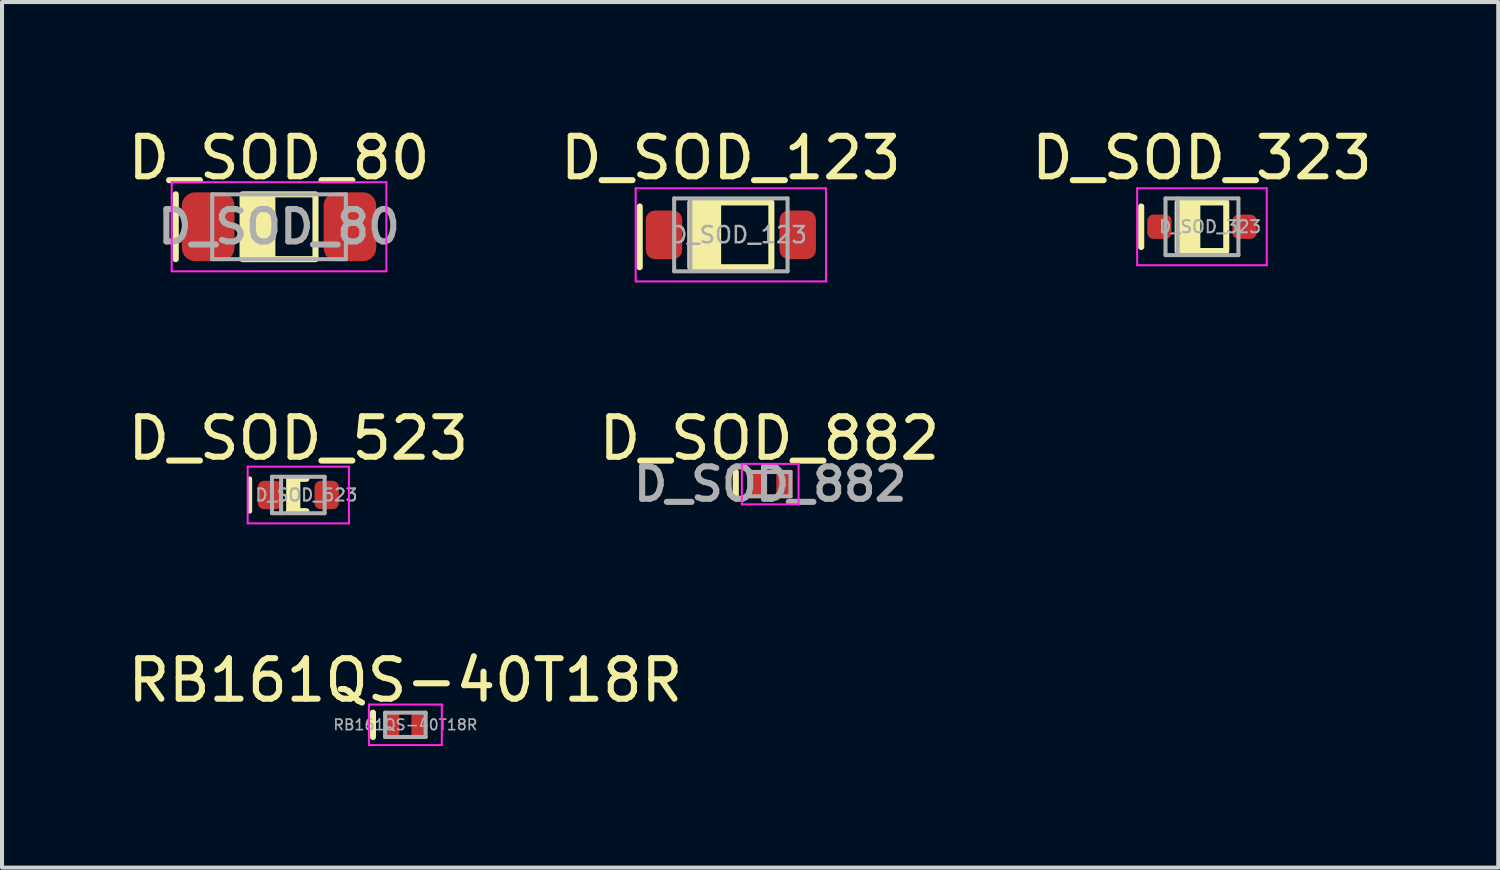
<source format=kicad_pcb>
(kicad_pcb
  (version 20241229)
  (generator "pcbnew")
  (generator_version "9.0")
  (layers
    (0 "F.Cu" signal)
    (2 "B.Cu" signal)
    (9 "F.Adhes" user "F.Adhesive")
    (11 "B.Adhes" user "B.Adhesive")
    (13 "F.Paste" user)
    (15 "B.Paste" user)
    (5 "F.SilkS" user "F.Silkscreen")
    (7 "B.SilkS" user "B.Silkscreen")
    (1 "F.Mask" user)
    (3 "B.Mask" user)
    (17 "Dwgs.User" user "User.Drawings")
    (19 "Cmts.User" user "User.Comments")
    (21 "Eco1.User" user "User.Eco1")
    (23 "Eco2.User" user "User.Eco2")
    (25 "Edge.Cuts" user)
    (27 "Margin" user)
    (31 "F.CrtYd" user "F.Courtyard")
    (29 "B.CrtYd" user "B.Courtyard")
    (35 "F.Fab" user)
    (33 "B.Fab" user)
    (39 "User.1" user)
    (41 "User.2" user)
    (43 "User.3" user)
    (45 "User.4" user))
  (footprint "D_SOD_882"
    (layer "F.Cu")
    (at 15.966 8.902)
    (property "Reference" "D_SOD_882" (at -0.02 -1.13 0) (unlocked yes) (layer "F.SilkS") (effects (font (size 1 1) (thickness 0.15))))
    (attr smd)
    (fp_line (start -0.85 -0.3) (end -0.85 0.3) (stroke (width 0.15) (type solid)) (layer "F.SilkS"))
    (fp_line (start -0.7 -0.5) (end 0.7 -0.5) (stroke (width 0.05) (type solid)) (layer "F.CrtYd"))
    (fp_line (start -0.7 0.5) (end -0.7 -0.5) (stroke (width 0.05) (type solid)) (layer "F.CrtYd"))
    (fp_line (start -0.7 0.5) (end 0.7 0.5) (stroke (width 0.05) (type solid)) (layer "F.CrtYd"))
    (fp_line (start 0.7 0.5) (end 0.7 -0.5) (stroke (width 0.05) (type solid)) (layer "F.CrtYd"))
    (fp_line (start -0.5 -0.3) (end 0.5 -0.3) (stroke (width 0.1) (type solid)) (layer "F.Fab"))
    (fp_line (start -0.5 0.3) (end -0.5 -0.3) (stroke (width 0.1) (type solid)) (layer "F.Fab"))
    (fp_line (start -0.5 0.3) (end 0.5 0.3) (stroke (width 0.1) (type solid)) (layer "F.Fab"))
    (fp_line (start 0.5 0.3) (end 0.5 -0.3) (stroke (width 0.1) (type solid)) (layer "F.Fab"))
    (fp_text user "${REFERENCE}" (at 0 0 0) (layer "F.Fab") (effects (font (size 0.8 0.8) (thickness 0.15))))
    (pad "1" smd rect (at -0.35 0) (size 0.4 0.7) (layers "F.Cu" "F.Mask" "F.Paste"))
    (pad "2" smd rect (at 0.35 0) (size 0.4 0.7) (layers "F.Cu" "F.Mask" "F.Paste")))
  (footprint "D_SOD_123"
    (layer "F.Cu")
    (at 14.994 2.748)
    (property "Reference" "D_SOD_123" (at 0 -1.9 0) (layer "F.SilkS") (effects (font (size 1 1) (thickness 0.15))))
    (attr through_hole)
    (fp_line (start -2.25 -0.7) (end -2.25 0.8) (stroke (width 0.15) (type solid)) (layer "F.SilkS"))
    (fp_rect (start -1 -0.8) (end -0.3 0.8) (stroke (width 0.12) (type solid)) (fill yes) (layer "F.SilkS"))
    (fp_rect (start -1 -0.8) (end 1 0.8) (stroke (width 0.15) (type solid)) (fill no) (layer "F.SilkS"))
    (fp_line (start -2.35 -1.15) (end -2.35 1.15) (stroke (width 0.05) (type solid)) (layer "F.CrtYd"))
    (fp_line (start -2.35 -1.15) (end 2.35 -1.15) (stroke (width 0.05) (type solid)) (layer "F.CrtYd"))
    (fp_line (start 2.35 -1.15) (end 2.35 1.15) (stroke (width 0.05) (type solid)) (layer "F.CrtYd"))
    (fp_line (start 2.35 1.15) (end -2.35 1.15) (stroke (width 0.05) (type solid)) (layer "F.CrtYd"))
    (fp_line (start -1.4 -0.9) (end 1.4 -0.9) (stroke (width 0.1) (type solid)) (layer "F.Fab"))
    (fp_line (start -1.4 0.9) (end -1.4 -0.9) (stroke (width 0.1) (type solid)) (layer "F.Fab"))
    (fp_line (start -1 -0.85) (end -1 0.9) (stroke (width 0.1) (type solid)) (layer "F.Fab"))
    (fp_line (start 1.4 -0.9) (end 1.4 0.9) (stroke (width 0.1) (type solid)) (layer "F.Fab"))
    (fp_line (start 1.4 0.9) (end -1.4 0.9) (stroke (width 0.1) (type solid)) (layer "F.Fab"))
    (fp_text user "${REFERENCE}" (at 0.2 0 0) (layer "F.Fab") (effects (font (size 0.4 0.4) (thickness 0.06))))
    (pad "1" smd roundrect (at -1.65 0) (size 0.9 1.2) (layers "F.Cu" "F.Mask" "F.Paste") (roundrect_rratio 0.25))
    (pad "2" smd roundrect (at 1.65 0) (size 0.9 1.2) (layers "F.Cu" "F.Mask" "F.Paste") (roundrect_rratio 0.25)))
  (footprint "D_SOD_323"
    (layer "F.Cu")
    (at 26.625 2.548)
    (property "Reference" "D_SOD_323" (at 0 -1.7 0) (layer "F.SilkS") (effects (font (size 1 1) (thickness 0.15))))
    (attr through_hole)
    (fp_line (start -1.5 -0.5) (end -1.5 0.5) (stroke (width 0.15) (type solid)) (layer "F.SilkS"))
    (fp_rect (start -0.6 -0.6) (end -0.1 0.6) (stroke (width 0.12) (type solid)) (fill yes) (layer "F.SilkS"))
    (fp_rect (start -0.6 -0.6) (end 0.6 0.6) (stroke (width 0.15) (type solid)) (fill no) (layer "F.SilkS"))
    (fp_line (start -1.6 -0.95) (end -1.6 0.95) (stroke (width 0.05) (type solid)) (layer "F.CrtYd"))
    (fp_line (start -1.6 -0.95) (end 1.6 -0.95) (stroke (width 0.05) (type solid)) (layer "F.CrtYd"))
    (fp_line (start -1.6 0.95) (end 1.6 0.95) (stroke (width 0.05) (type solid)) (layer "F.CrtYd"))
    (fp_line (start 1.6 -0.95) (end 1.6 0.95) (stroke (width 0.05) (type solid)) (layer "F.CrtYd"))
    (fp_line (start -0.9 -0.7) (end 0.9 -0.7) (stroke (width 0.1) (type solid)) (layer "F.Fab"))
    (fp_line (start -0.9 0.7) (end -0.9 -0.7) (stroke (width 0.1) (type solid)) (layer "F.Fab"))
    (fp_line (start -0.6 -0.7) (end -0.6 0.7) (stroke (width 0.1) (type solid)) (layer "F.Fab"))
    (fp_line (start 0.9 -0.7) (end 0.9 0.7) (stroke (width 0.1) (type solid)) (layer "F.Fab"))
    (fp_line (start 0.9 0.7) (end -0.9 0.7) (stroke (width 0.1) (type solid)) (layer "F.Fab"))
    (fp_text user "${REFERENCE}" (at 0.2 0 0) (layer "F.Fab") (effects (font (size 0.3 0.3) (thickness 0.05))))
    (pad "1" smd roundrect (at -1.05 0) (size 0.6 0.6) (layers "F.Cu" "F.Mask" "F.Paste") (roundrect_rratio 0.25))
    (pad "2" smd roundrect (at 1.05 0) (size 0.6 0.6) (layers "F.Cu" "F.Mask" "F.Paste") (roundrect_rratio 0.25)))
  (footprint "D_SOD_523"
    (layer "F.Cu")
    (at 4.315 9.171)
    (property "Reference" "D_SOD_523" (at 0 -1.4 0) (layer "F.SilkS") (effects (font (size 1 1) (thickness 0.15))))
    (attr through_hole)
    (fp_line (start -1.2 -0.4) (end -1.2 0.4) (stroke (width 0.12) (type solid)) (layer "F.SilkS"))
    (fp_line (start -0.225 -0.4) (end 0.2 -0.4) (stroke (width 0.15) (type solid)) (layer "F.SilkS"))
    (fp_line (start -0.225 0.4) (end 0.2 0.4) (stroke (width 0.15) (type solid)) (layer "F.SilkS"))
    (fp_rect (start -0.225 -0.4) (end -0.025 0.4) (stroke (width 0.15) (type solid)) (fill yes) (layer "F.SilkS"))
    (fp_line (start -1.25 -0.7) (end 1.25 -0.7) (stroke (width 0.05) (type solid)) (layer "F.CrtYd"))
    (fp_line (start -1.25 0.7) (end -1.25 -0.7) (stroke (width 0.05) (type solid)) (layer "F.CrtYd"))
    (fp_line (start 1.25 -0.7) (end 1.25 0.7) (stroke (width 0.05) (type solid)) (layer "F.CrtYd"))
    (fp_line (start 1.25 0.7) (end -1.25 0.7) (stroke (width 0.05) (type solid)) (layer "F.CrtYd"))
    (fp_line (start -0.65 -0.45) (end 0.65 -0.45) (stroke (width 0.1) (type solid)) (layer "F.Fab"))
    (fp_line (start -0.65 0.45) (end -0.65 -0.45) (stroke (width 0.1) (type solid)) (layer "F.Fab"))
    (fp_line (start -0.425 0.45) (end -0.425 -0.45) (stroke (width 0.1) (type solid)) (layer "F.Fab"))
    (fp_line (start 0.65 -0.45) (end 0.65 0.45) (stroke (width 0.1) (type solid)) (layer "F.Fab"))
    (fp_line (start 0.65 0.45) (end -0.65 0.45) (stroke (width 0.1) (type solid)) (layer "F.Fab"))
    (fp_text user "${REFERENCE}" (at 0.2 0 0) (layer "F.Fab") (effects (font (size 0.3 0.3) (thickness 0.05))))
    (pad "1" smd roundrect (at -0.7 0 180) (size 0.6 0.7) (layers "F.Cu" "F.Mask" "F.Paste") (roundrect_rratio 0.25))
    (pad "2" smd roundrect (at 0.7 0 180) (size 0.6 0.7) (layers "F.Cu" "F.Mask" "F.Paste") (roundrect_rratio 0.25)))
  (footprint "D_SOD_80"
    (layer "F.Cu")
    (at 3.839 2.548)
    (property "Reference" "D_SOD_80" (at 0 -1.7 0) (unlocked yes) (layer "F.SilkS") (effects (font (size 1 1) (thickness 0.15))))
    (attr smd)
    (fp_line (start -2.55 -0.8) (end -2.55 0.8) (stroke (width 0.15) (type solid)) (layer "F.SilkS"))
    (fp_rect (start -0.9 -0.8) (end 0.9 0.8) (stroke (width 0.15) (type solid)) (fill no) (layer "F.SilkS"))
    (fp_rect (start -0.85 -0.8) (end -0.15 0.8) (stroke (width 0.12) (type solid)) (fill yes) (layer "F.SilkS"))
    (fp_line (start -2.65 -1.1) (end 2.65 -1.1) (stroke (width 0.05) (type solid)) (layer "F.CrtYd"))
    (fp_line (start -2.65 1.1) (end -2.65 -1.1) (stroke (width 0.05) (type solid)) (layer "F.CrtYd"))
    (fp_line (start 2.65 -1.1) (end 2.65 1.1) (stroke (width 0.05) (type solid)) (layer "F.CrtYd"))
    (fp_line (start 2.65 1.1) (end -2.65 1.1) (stroke (width 0.05) (type solid)) (layer "F.CrtYd"))
    (fp_line (start -1.65 -0.8) (end 1.65 -0.8) (stroke (width 0.1) (type solid)) (layer "F.Fab"))
    (fp_line (start -1.65 0.8) (end -1.65 -0.8) (stroke (width 0.1) (type solid)) (layer "F.Fab"))
    (fp_line (start 1.65 -0.8) (end 1.65 0.8) (stroke (width 0.1) (type solid)) (layer "F.Fab"))
    (fp_line (start 1.65 0.8) (end -1.65 0.8) (stroke (width 0.1) (type solid)) (layer "F.Fab"))
    (fp_text user "${REFERENCE}" (at 0 0 0) (layer "F.Fab") (effects (font (size 0.8 0.8) (thickness 0.15))))
    (pad "1" smd roundrect (at -1.75 0) (size 1.3 1.7) (layers "F.Cu" "F.Mask" "F.Paste") (roundrect_rratio 0.25))
    (pad "2" smd roundrect (at 1.75 0) (size 1.3 1.7) (layers "F.Cu" "F.Mask" "F.Paste") (roundrect_rratio 0.25)))
  (footprint "RB161QS-40T18R"
    (layer "F.Cu")
    (at 6.958 14.845)
    (property "Reference" "RB161QS-40T18R" (at 0 -1.1 0) (layer "F.SilkS") (effects (font (size 1 1) (thickness 0.15))))
    (attr smd)
    (fp_line (start -0.8 -0.3) (end -0.8 0.3) (stroke (width 0.15) (type solid)) (layer "F.SilkS"))
    (fp_line (start -0.9 -0.5) (end 0.9 -0.5) (stroke (width 0.05) (type solid)) (layer "F.CrtYd"))
    (fp_line (start -0.9 0.5) (end -0.9 -0.5) (stroke (width 0.05) (type solid)) (layer "F.CrtYd"))
    (fp_line (start 0.9 -0.5) (end 0.9 0.5) (stroke (width 0.05) (type solid)) (layer "F.CrtYd"))
    (fp_line (start 0.9 0.5) (end -0.9 0.5) (stroke (width 0.05) (type solid)) (layer "F.CrtYd"))
    (fp_line (start -0.5 -0.3) (end 0.5 -0.3) (stroke (width 0.1) (type solid)) (layer "F.Fab"))
    (fp_line (start -0.5 0.3) (end -0.5 -0.3) (stroke (width 0.1) (type solid)) (layer "F.Fab"))
    (fp_line (start 0.5 -0.3) (end 0.5 0.3) (stroke (width 0.1) (type solid)) (layer "F.Fab"))
    (fp_line (start 0.5 0.3) (end -0.5 0.3) (stroke (width 0.1) (type solid)) (layer "F.Fab"))
    (fp_text user "${REFERENCE}" (at 0 0 0) (layer "F.Fab") (effects (font (size 0.26 0.26) (thickness 0.04))))
    (pad "1" smd rect (at -0.325 0) (size 0.35 0.6) (layers "F.Cu" "F.Mask" "F.Paste"))
    (pad "2" smd rect (at 0.325 0) (size 0.35 0.6) (layers "F.Cu" "F.Mask" "F.Paste")))
  (gr_rect
    (start -3 -3)
    (end 33.94 18.37)
    (stroke (width 0.1) (type default))
    (fill no)
    (layer "Edge.Cuts")))
</source>
